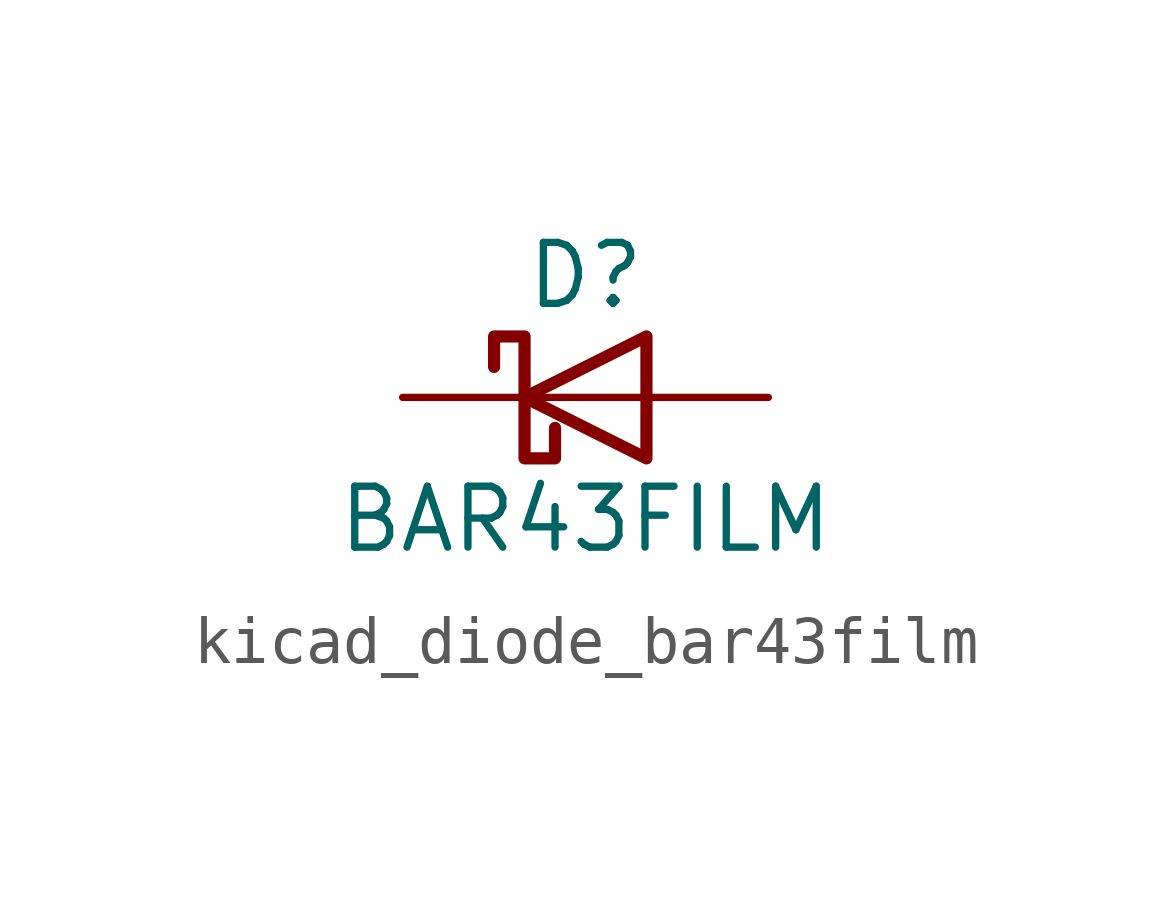
<source format=kicad_sym>
(kicad_symbol_lib
  (version 20220914)
  (generator kicad_symbol_editor)
  (symbol "kicad_diode_bar43film"
    (pin_numbers hide)
    (pin_names
      (offset 1.016) hide)
    (property "Reference" "D"
      (at 0 2.54 0)
      (effects (font (size 1.27 1.27))))
    (property "Value" "BAR43FILM"
      (at 0 -2.54 0)
      (effects (font (size 1.27 1.27))))
    (symbol "kicad_diode_bar43film_0_1"
      (polyline (pts (xy 1.27 0) (xy -1.27 0)) (stroke (width 0) (type default)) (fill (type none)))
      (polyline (pts (xy 1.27 1.27) (xy 1.27 -1.27) (xy -1.27 0) (xy 1.27 1.27)) (stroke (width 0.254) (type default)) (fill (type none)))
      (polyline (pts (xy -1.905 0.635) (xy -1.905 1.27) (xy -1.27 1.27) (xy -1.27 -1.27) (xy -0.635 -1.27) (xy -0.635 -0.635)) (stroke (width 0.254) (type default)) (fill (type none))))
    (symbol "kicad_diode_bar43film_1_1"
      (pin passive line (at 3.81 0 180) (length 2.54) (name "A" (effects (font (size 1.27 1.27)))) (number "1" (effects (font (size 1.27 1.27)))))
      (pin no_connect line (at 1.27 1.27 270) (length 2.54) hide (name "NC" (effects (font (size 1.27 1.27)))) (number "2" (effects (font (size 1.27 1.27)))))
      (pin passive line (at -3.81 0 0) (length 2.54) (name "K" (effects (font (size 1.27 1.27)))) (number "3" (effects (font (size 1.27 1.27))))))))
</source>
